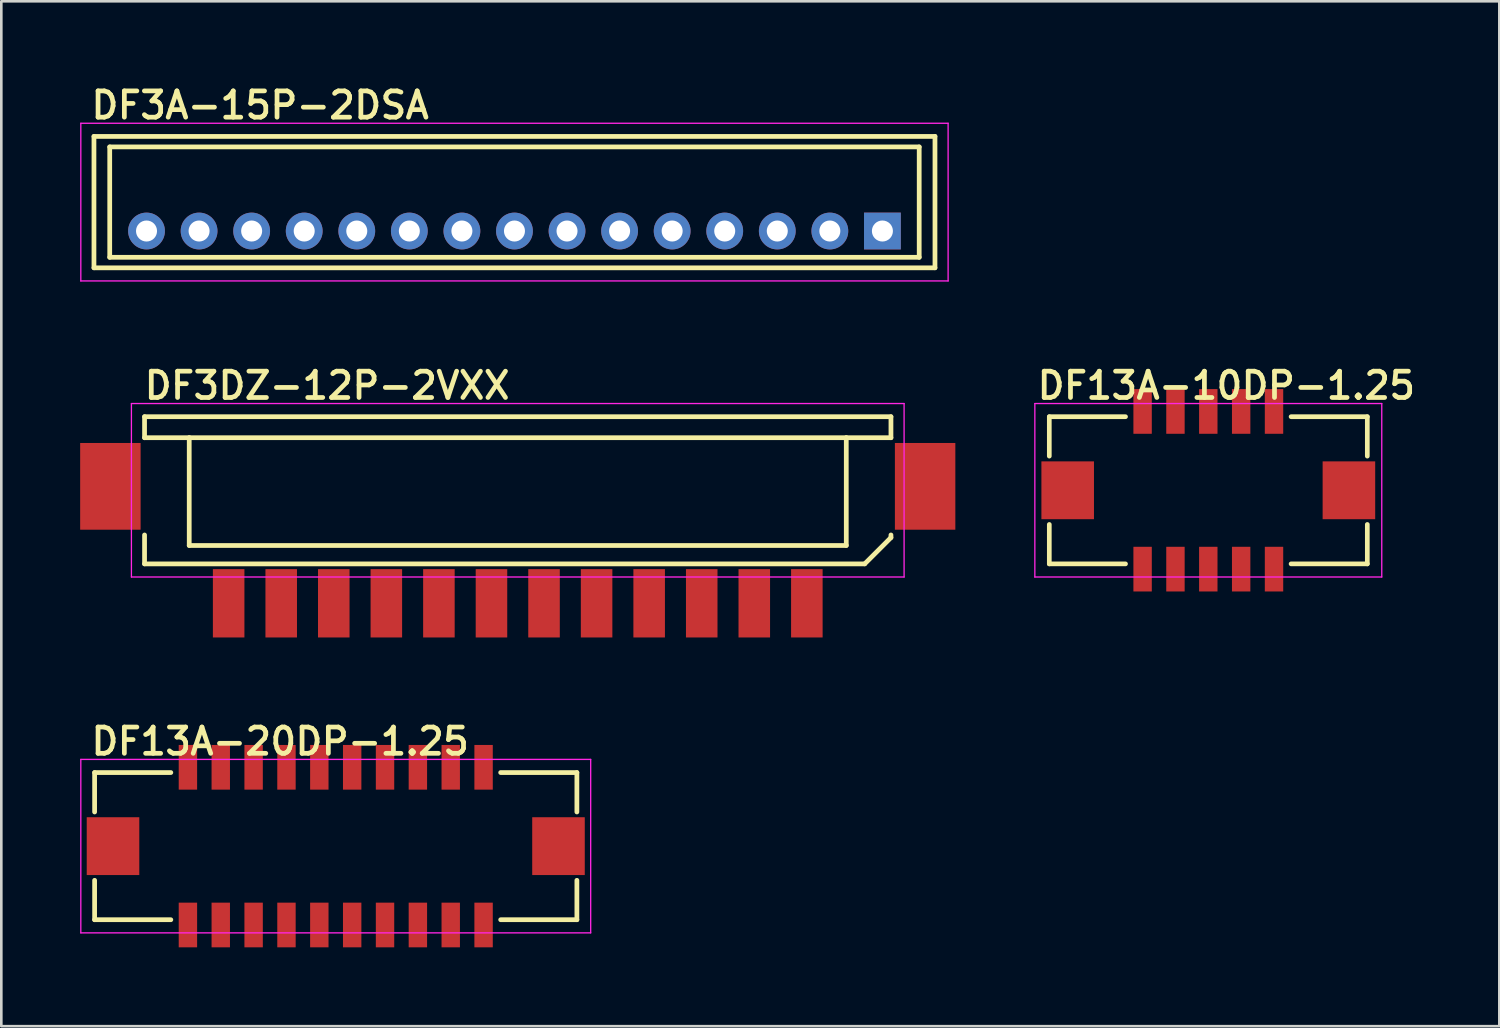
<source format=kicad_pcb>
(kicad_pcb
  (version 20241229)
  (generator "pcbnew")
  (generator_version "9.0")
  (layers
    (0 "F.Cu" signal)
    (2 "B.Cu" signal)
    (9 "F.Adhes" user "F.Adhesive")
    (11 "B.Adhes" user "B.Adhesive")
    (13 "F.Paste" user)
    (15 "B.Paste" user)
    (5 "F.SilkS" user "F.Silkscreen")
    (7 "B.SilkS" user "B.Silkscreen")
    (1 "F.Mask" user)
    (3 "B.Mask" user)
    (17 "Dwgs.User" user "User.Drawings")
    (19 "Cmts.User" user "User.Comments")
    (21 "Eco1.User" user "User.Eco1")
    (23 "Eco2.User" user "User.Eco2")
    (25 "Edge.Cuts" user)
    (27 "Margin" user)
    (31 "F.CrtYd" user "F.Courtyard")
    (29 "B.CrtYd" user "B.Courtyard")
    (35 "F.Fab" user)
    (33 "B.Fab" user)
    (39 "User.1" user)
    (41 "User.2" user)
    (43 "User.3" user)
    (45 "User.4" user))
  (footprint "DF13A-10DP-1.25"
    (layer "F.Cu")
    (at 42.925 15.605)
    (property "Reference" "DF13A-10DP-1.25" (at -6.6 -3.4 0) (layer "F.SilkS") (effects (font (size 1 1) (thickness 0.18)) (justify left bottom)))
    (attr through_hole)
    (fp_line (start -6.05 -2.8) (end -3.15 -2.8) (stroke (width 0.178) (type solid)) (layer "F.SilkS"))
    (fp_line (start -6.05 -1.3) (end -6.05 -2.8) (stroke (width 0.178) (type solid)) (layer "F.SilkS"))
    (fp_line (start -6.05 2.8) (end -6.05 1.3) (stroke (width 0.178) (type solid)) (layer "F.SilkS"))
    (fp_line (start -6.05 2.8) (end -3.15 2.8) (stroke (width 0.178) (type solid)) (layer "F.SilkS"))
    (fp_line (start 6.05 -2.8) (end 3.15 -2.8) (stroke (width 0.178) (type solid)) (layer "F.SilkS"))
    (fp_line (start 6.05 -2.8) (end 6.05 -1.3) (stroke (width 0.178) (type solid)) (layer "F.SilkS"))
    (fp_line (start 6.05 1.3) (end 6.05 2.8) (stroke (width 0.178) (type solid)) (layer "F.SilkS"))
    (fp_line (start 6.05 2.8) (end 3.15 2.8) (stroke (width 0.178) (type solid)) (layer "F.SilkS"))
    (fp_line (start -6.6 -3.3) (end 6.6 -3.3) (stroke (width 0.05) (type solid)) (layer "F.CrtYd"))
    (fp_line (start -6.6 3.3) (end -6.6 -3.3) (stroke (width 0.05) (type solid)) (layer "F.CrtYd"))
    (fp_line (start 6.6 -3.3) (end 6.6 3.3) (stroke (width 0.05) (type solid)) (layer "F.CrtYd"))
    (fp_line (start 6.6 3.3) (end -6.6 3.3) (stroke (width 0.05) (type solid)) (layer "F.CrtYd"))
    (pad "1" smd rect (at -2.5 -3) (size 0.7 1.7) (layers "F.Cu" "F.Mask" "F.Paste"))
    (pad "2" smd rect (at -2.5 3) (size 0.7 1.7) (layers "F.Cu" "F.Mask" "F.Paste"))
    (pad "3" smd rect (at -1.25 -3) (size 0.7 1.7) (layers "F.Cu" "F.Mask" "F.Paste"))
    (pad "4" smd rect (at -1.25 3) (size 0.7 1.7) (layers "F.Cu" "F.Mask" "F.Paste"))
    (pad "5" smd rect (at 0 -3) (size 0.7 1.7) (layers "F.Cu" "F.Mask" "F.Paste"))
    (pad "6" smd rect (at 0 3) (size 0.7 1.7) (layers "F.Cu" "F.Mask" "F.Paste"))
    (pad "7" smd rect (at 1.25 -3) (size 0.7 1.7) (layers "F.Cu" "F.Mask" "F.Paste"))
    (pad "8" smd rect (at 1.25 3) (size 0.7 1.7) (layers "F.Cu" "F.Mask" "F.Paste"))
    (pad "9" smd rect (at 2.5 -3) (size 0.7 1.7) (layers "F.Cu" "F.Mask" "F.Paste"))
    (pad "10" smd rect (at 2.5 3) (size 0.7 1.7) (layers "F.Cu" "F.Mask" "F.Paste"))
    (pad "PAD" smd rect (at -5.35 0) (size 2 2.2) (layers "F.Cu" "F.Mask" "F.Paste"))
    (pad "PAD" smd rect (at 5.35 0) (size 2 2.2) (layers "F.Cu" "F.Mask" "F.Paste")))
  (footprint "DF3A-15P-2DSA"
    (layer "F.Cu")
    (at 16.525 5.74)
    (property "Reference" "DF3A-15P-2DSA" (at -16.2 -4.2 0) (layer "F.SilkS") (effects (font (size 1 1) (thickness 0.18)) (justify left bottom)))
    (attr through_hole)
    (fp_line (start -16 -3.6) (end 16 -3.6) (stroke (width 0.18) (type solid)) (layer "F.SilkS"))
    (fp_line (start -16 1.4) (end -16 -3.6) (stroke (width 0.18) (type solid)) (layer "F.SilkS"))
    (fp_line (start -15.4 -3.2) (end -15.4 1) (stroke (width 0.18) (type solid)) (layer "F.SilkS"))
    (fp_line (start -15.4 -3.2) (end 15.4 -3.2) (stroke (width 0.18) (type solid)) (layer "F.SilkS"))
    (fp_line (start -15.4 1) (end 15.4 1) (stroke (width 0.18) (type solid)) (layer "F.SilkS"))
    (fp_line (start 15.4 -3.2) (end 15.4 1) (stroke (width 0.18) (type solid)) (layer "F.SilkS"))
    (fp_line (start 16 -3.6) (end 16 1.4) (stroke (width 0.18) (type solid)) (layer "F.SilkS"))
    (fp_line (start 16 1.4) (end -16 1.4) (stroke (width 0.18) (type solid)) (layer "F.SilkS"))
    (fp_line (start -16.5 -4.1) (end 16.5 -4.1) (stroke (width 0.05) (type solid)) (layer "F.CrtYd"))
    (fp_line (start -16.5 1.9) (end -16.5 -4.1) (stroke (width 0.05) (type solid)) (layer "F.CrtYd"))
    (fp_line (start 16.5 -4.1) (end 16.5 1.9) (stroke (width 0.05) (type solid)) (layer "F.CrtYd"))
    (fp_line (start 16.5 1.9) (end -16.5 1.9) (stroke (width 0.05) (type solid)) (layer "F.CrtYd"))
    (pad "1" thru_hole rect (at 14 0) (size 1.4 1.4) (drill 0.8) (layers "*.Cu" "*.Mask"))
    (pad "2" thru_hole circle (at 12 0) (size 1.4 1.4) (drill 0.8) (layers "*.Cu" "*.Mask"))
    (pad "3" thru_hole circle (at 10 0) (size 1.4 1.4) (drill 0.8) (layers "*.Cu" "*.Mask"))
    (pad "4" thru_hole circle (at 8 0) (size 1.4 1.4) (drill 0.8) (layers "*.Cu" "*.Mask"))
    (pad "5" thru_hole circle (at 6 0) (size 1.4 1.4) (drill 0.8) (layers "*.Cu" "*.Mask"))
    (pad "6" thru_hole circle (at 4 0) (size 1.4 1.4) (drill 0.8) (layers "*.Cu" "*.Mask"))
    (pad "7" thru_hole circle (at 2 0) (size 1.4 1.4) (drill 0.8) (layers "*.Cu" "*.Mask"))
    (pad "8" thru_hole circle (at 0 0) (size 1.4 1.4) (drill 0.8) (layers "*.Cu" "*.Mask"))
    (pad "9" thru_hole circle (at -2 0) (size 1.4 1.4) (drill 0.8) (layers "*.Cu" "*.Mask"))
    (pad "10" thru_hole circle (at -4 0) (size 1.4 1.4) (drill 0.8) (layers "*.Cu" "*.Mask"))
    (pad "11" thru_hole circle (at -6 0) (size 1.4 1.4) (drill 0.8) (layers "*.Cu" "*.Mask"))
    (pad "12" thru_hole circle (at -8 0) (size 1.4 1.4) (drill 0.8) (layers "*.Cu" "*.Mask"))
    (pad "13" thru_hole circle (at -10 0) (size 1.4 1.4) (drill 0.8) (layers "*.Cu" "*.Mask"))
    (pad "14" thru_hole circle (at -12 0) (size 1.4 1.4) (drill 0.8) (layers "*.Cu" "*.Mask"))
    (pad "15" thru_hole circle (at -14 0) (size 1.4 1.4) (drill 0.8) (layers "*.Cu" "*.Mask")))
  (footprint "DF13A-20DP-1.25"
    (layer "F.Cu")
    (at 9.725 29.145)
    (property "Reference" "DF13A-20DP-1.25" (at -9.4 -3.4 0) (layer "F.SilkS") (effects (font (size 1 1) (thickness 0.18)) (justify left bottom)))
    (attr through_hole)
    (fp_line (start -9.175 -2.8) (end -6.275 -2.8) (stroke (width 0.18) (type solid)) (layer "F.SilkS"))
    (fp_line (start -9.175 -1.3) (end -9.175 -2.8) (stroke (width 0.18) (type solid)) (layer "F.SilkS"))
    (fp_line (start -9.175 2.8) (end -9.175 1.3) (stroke (width 0.18) (type solid)) (layer "F.SilkS"))
    (fp_line (start -9.175 2.8) (end -6.275 2.8) (stroke (width 0.18) (type solid)) (layer "F.SilkS"))
    (fp_line (start 9.175 -2.8) (end 6.275 -2.8) (stroke (width 0.18) (type solid)) (layer "F.SilkS"))
    (fp_line (start 9.175 -2.8) (end 9.175 -1.3) (stroke (width 0.18) (type solid)) (layer "F.SilkS"))
    (fp_line (start 9.175 1.3) (end 9.175 2.8) (stroke (width 0.18) (type solid)) (layer "F.SilkS"))
    (fp_line (start 9.175 2.8) (end 6.275 2.8) (stroke (width 0.18) (type solid)) (layer "F.SilkS"))
    (fp_line (start -9.7 -3.3) (end 9.7 -3.3) (stroke (width 0.05) (type solid)) (layer "F.CrtYd"))
    (fp_line (start -9.7 3.3) (end -9.7 -3.3) (stroke (width 0.05) (type solid)) (layer "F.CrtYd"))
    (fp_line (start 9.7 -3.3) (end 9.7 3.3) (stroke (width 0.05) (type solid)) (layer "F.CrtYd"))
    (fp_line (start 9.7 3.3) (end -9.7 3.3) (stroke (width 0.05) (type solid)) (layer "F.CrtYd"))
    (pad "1" smd rect (at -5.625 -3) (size 0.7 1.7) (layers "F.Cu" "F.Mask" "F.Paste"))
    (pad "2" smd rect (at -5.625 3) (size 0.7 1.7) (layers "F.Cu" "F.Mask" "F.Paste"))
    (pad "3" smd rect (at -4.375 -3) (size 0.7 1.7) (layers "F.Cu" "F.Mask" "F.Paste"))
    (pad "4" smd rect (at -4.375 3) (size 0.7 1.7) (layers "F.Cu" "F.Mask" "F.Paste"))
    (pad "5" smd rect (at -3.125 -3) (size 0.7 1.7) (layers "F.Cu" "F.Mask" "F.Paste"))
    (pad "6" smd rect (at -3.125 3) (size 0.7 1.7) (layers "F.Cu" "F.Mask" "F.Paste"))
    (pad "7" smd rect (at -1.875 -3) (size 0.7 1.7) (layers "F.Cu" "F.Mask" "F.Paste"))
    (pad "8" smd rect (at -1.875 3) (size 0.7 1.7) (layers "F.Cu" "F.Mask" "F.Paste"))
    (pad "9" smd rect (at -0.625 -3) (size 0.7 1.7) (layers "F.Cu" "F.Mask" "F.Paste"))
    (pad "10" smd rect (at -0.625 3) (size 0.7 1.7) (layers "F.Cu" "F.Mask" "F.Paste"))
    (pad "11" smd rect (at 0.625 -3) (size 0.7 1.7) (layers "F.Cu" "F.Mask" "F.Paste"))
    (pad "12" smd rect (at 0.625 3) (size 0.7 1.7) (layers "F.Cu" "F.Mask" "F.Paste"))
    (pad "13" smd rect (at 1.875 -3) (size 0.7 1.7) (layers "F.Cu" "F.Mask" "F.Paste"))
    (pad "14" smd rect (at 1.875 3) (size 0.7 1.7) (layers "F.Cu" "F.Mask" "F.Paste"))
    (pad "15" smd rect (at 3.125 -3) (size 0.7 1.7) (layers "F.Cu" "F.Mask" "F.Paste"))
    (pad "16" smd rect (at 3.125 3) (size 0.7 1.7) (layers "F.Cu" "F.Mask" "F.Paste"))
    (pad "17" smd rect (at 4.375 -3) (size 0.7 1.7) (layers "F.Cu" "F.Mask" "F.Paste"))
    (pad "18" smd rect (at 4.375 3) (size 0.7 1.7) (layers "F.Cu" "F.Mask" "F.Paste"))
    (pad "19" smd rect (at 5.625 -3) (size 0.7 1.7) (layers "F.Cu" "F.Mask" "F.Paste"))
    (pad "20" smd rect (at 5.625 3) (size 0.7 1.7) (layers "F.Cu" "F.Mask" "F.Paste"))
    (pad "PAD" smd rect (at -8.475 0) (size 2 2.2) (layers "F.Cu" "F.Mask" "F.Paste"))
    (pad "PAD" smd rect (at 8.475 0) (size 2 2.2) (layers "F.Cu" "F.Mask" "F.Paste")))
  (footprint "DF3DZ-12P-2VXX"
    (layer "F.Cu")
    (at 16.65 19.905)
    (property "Reference" "DF3DZ-12P-2VXX" (at -14.3 -7.7 0) (layer "F.SilkS") (effects (font (size 1 1) (thickness 0.18)) (justify left bottom)))
    (attr through_hole)
    (fp_line (start -14.2 -7.1) (end -14.2 -6.3) (stroke (width 0.18) (type solid)) (layer "F.SilkS"))
    (fp_line (start -14.2 -7.1) (end 14.2 -7.1) (stroke (width 0.18) (type solid)) (layer "F.SilkS"))
    (fp_line (start -14.2 -1.5) (end -14.2 -2.6) (stroke (width 0.18) (type solid)) (layer "F.SilkS"))
    (fp_line (start -14.2 -1.5) (end 13.2 -1.5) (stroke (width 0.18) (type solid)) (layer "F.SilkS"))
    (fp_line (start -12.5 -6.3) (end -14.2 -6.3) (stroke (width 0.18) (type solid)) (layer "F.SilkS"))
    (fp_line (start -12.5 -6.3) (end -12.5 -2.2) (stroke (width 0.18) (type solid)) (layer "F.SilkS"))
    (fp_line (start -12.5 -6.3) (end 12.5 -6.3) (stroke (width 0.18) (type solid)) (layer "F.SilkS"))
    (fp_line (start -12.5 -2.2) (end 12.5 -2.2) (stroke (width 0.18) (type solid)) (layer "F.SilkS"))
    (fp_line (start 12.5 -6.3) (end 14.2 -6.3) (stroke (width 0.18) (type solid)) (layer "F.SilkS"))
    (fp_line (start 12.5 -2.2) (end 12.5 -6.3) (stroke (width 0.18) (type solid)) (layer "F.SilkS"))
    (fp_line (start 13.2 -1.5) (end 14.2 -2.5) (stroke (width 0.18) (type solid)) (layer "F.SilkS"))
    (fp_line (start 14.2 -7.1) (end 14.2 -6.3) (stroke (width 0.18) (type solid)) (layer "F.SilkS"))
    (fp_line (start 14.2 -2.5) (end 14.2 -2.6) (stroke (width 0.18) (type solid)) (layer "F.SilkS"))
    (fp_line (start -14.7 -7.6) (end 14.7 -7.6) (stroke (width 0.05) (type solid)) (layer "F.CrtYd"))
    (fp_line (start -14.7 -1) (end -14.7 -7.6) (stroke (width 0.05) (type solid)) (layer "F.CrtYd"))
    (fp_line (start 14.7 -7.6) (end 14.7 -1) (stroke (width 0.05) (type solid)) (layer "F.CrtYd"))
    (fp_line (start 14.7 -1) (end -14.7 -1) (stroke (width 0.05) (type solid)) (layer "F.CrtYd"))
    (pad "1" smd rect (at 11 0) (size 1.2 2.6) (layers "F.Cu" "F.Mask" "F.Paste"))
    (pad "2" smd rect (at 9 0) (size 1.2 2.6) (layers "F.Cu" "F.Mask" "F.Paste"))
    (pad "3" smd rect (at 7 0 180) (size 1.2 2.6) (layers "F.Cu" "F.Mask" "F.Paste"))
    (pad "4" smd rect (at 5 0 180) (size 1.2 2.6) (layers "F.Cu" "F.Mask" "F.Paste"))
    (pad "5" smd rect (at 3 0 180) (size 1.2 2.6) (layers "F.Cu" "F.Mask" "F.Paste"))
    (pad "6" smd rect (at 1 0 180) (size 1.2 2.6) (layers "F.Cu" "F.Mask" "F.Paste"))
    (pad "7" smd rect (at -1 0 180) (size 1.2 2.6) (layers "F.Cu" "F.Mask" "F.Paste"))
    (pad "8" smd rect (at -3 0 180) (size 1.2 2.6) (layers "F.Cu" "F.Mask" "F.Paste"))
    (pad "9" smd rect (at -5 0 180) (size 1.2 2.6) (layers "F.Cu" "F.Mask" "F.Paste"))
    (pad "10" smd rect (at -7 0 180) (size 1.2 2.6) (layers "F.Cu" "F.Mask" "F.Paste"))
    (pad "11" smd rect (at -9 0 180) (size 1.2 2.6) (layers "F.Cu" "F.Mask" "F.Paste"))
    (pad "12" smd rect (at -11 0 180) (size 1.2 2.6) (layers "F.Cu" "F.Mask" "F.Paste"))
    (pad "TAB" smd rect (at -15.5 -4.45) (size 2.3 3.3) (layers "F.Cu" "F.Mask" "F.Paste"))
    (pad "TAB" smd rect (at 15.5 -4.45) (size 2.3 3.3) (layers "F.Cu" "F.Mask" "F.Paste")))
  (gr_rect
    (start -3 -3)
    (end 53.998 35.995)
    (stroke (width 0.1) (type default))
    (fill no)
    (layer "Edge.Cuts")))
</source>
